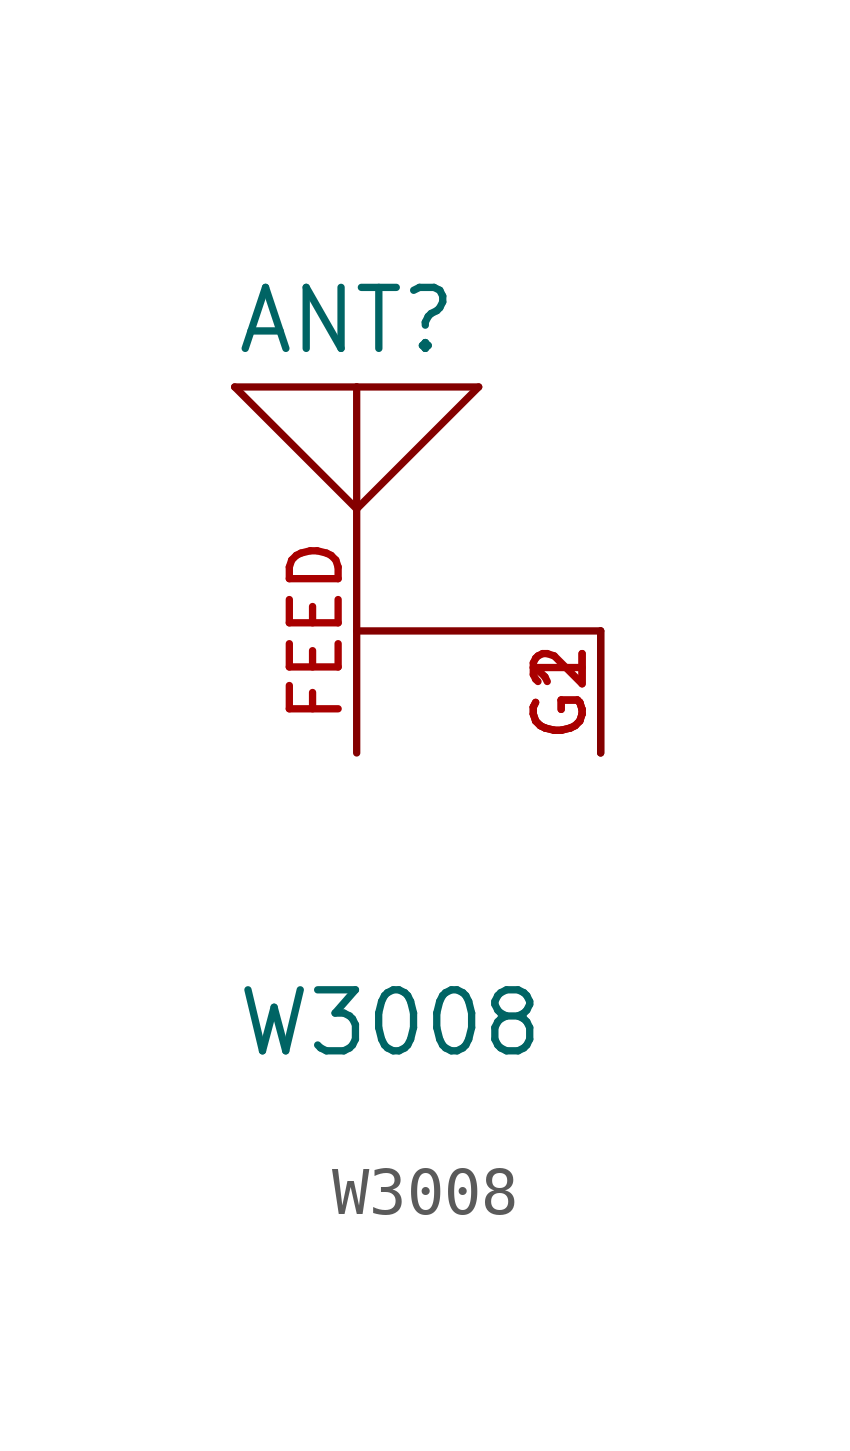
<source format=kicad_sym>
(kicad_symbol_lib
  (version 20211014)
  (generator kicad_symbol_editor)
  (symbol "W3008"
    (pin_names
      (offset 1.016))
    (property "Reference" "ANT"
      (at -2.542 5.72 0)
      (effects (font (size 1.27 1.27)) (justify bottom left)))
    (property "Value" "W3008"
      (at -2.545 -8.906 0)
      (effects (font (size 1.27 1.27)) (justify bottom left)))
    (symbol "W3008_0_0"
      (polyline (pts (xy -2.54 5.08) (xy 0.0 2.54)) (stroke (width 0.152)))
      (polyline (pts (xy 0.0 2.54) (xy 2.54 5.08)) (stroke (width 0.152)))
      (polyline (pts (xy 0.0 0.0) (xy 5.08 0.0)) (stroke (width 0.152)))
      (polyline (pts (xy -2.54 5.08) (xy 0.0 5.08)) (stroke (width 0.152)))
      (polyline (pts (xy 0.0 5.08) (xy 2.54 5.08)) (stroke (width 0.152)))
      (polyline (pts (xy 0.0 5.08) (xy 0.0 2.54)) (stroke (width 0.152)))
      (pin passive line (at 5.08 -2.54 90.0) (length 2.54) (name "~" (effects (font (size 1.016 1.016)))) (number "G1" (effects (font (size 1.016 1.016)))))
      (pin passive line (at 0.0 -2.54 90.0) (length 5.08) (name "~" (effects (font (size 1.016 1.016)))) (number "FEED" (effects (font (size 1.016 1.016)))))
      (pin passive line (at 5.08 -2.54 90.0) (length 2.54) (name "~" (effects (font (size 1.016 1.016)))) (number "G2" (effects (font (size 1.016 1.016))))))))
</source>
